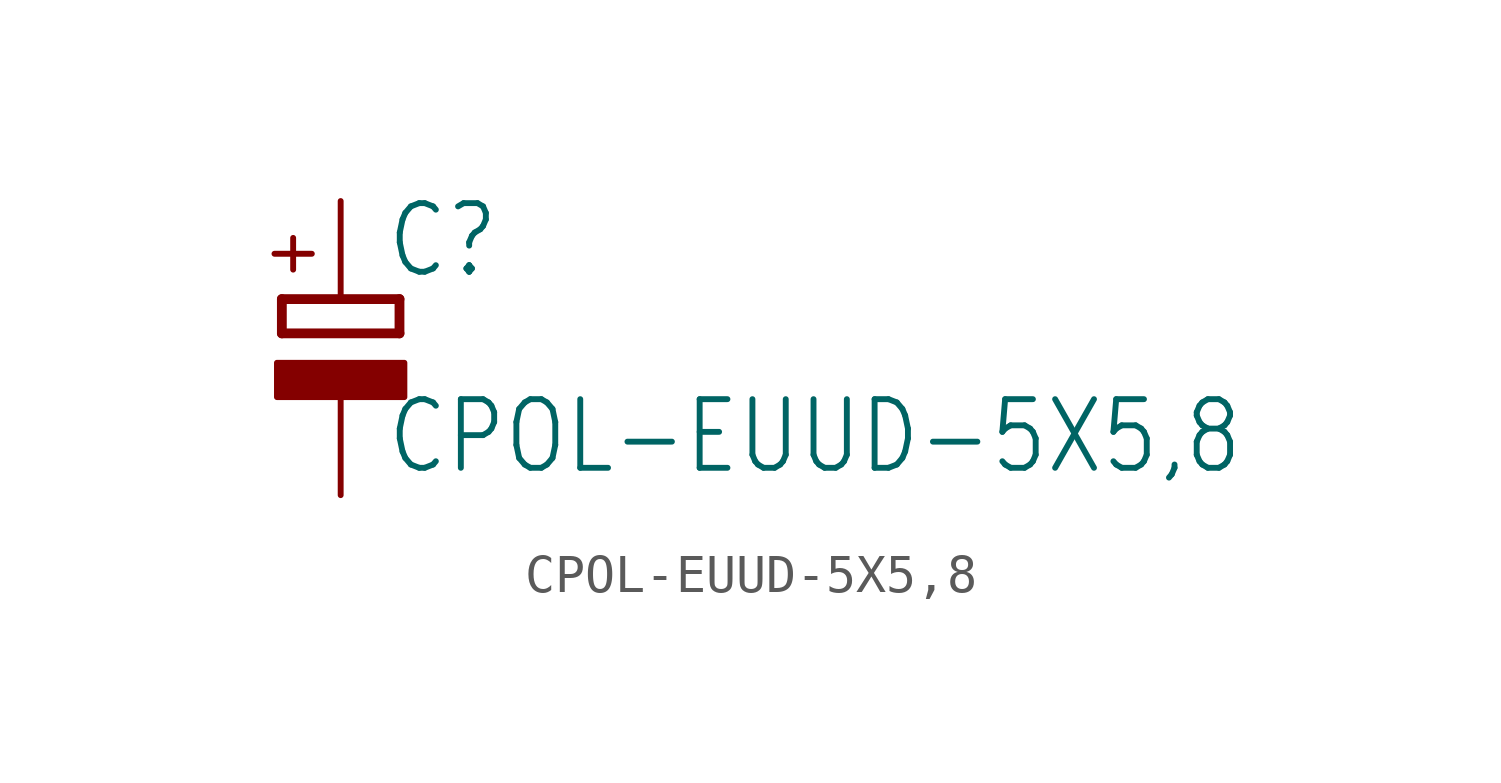
<source format=kicad_sym>
(kicad_symbol_lib
  (version 20220331)
  (generator kicad_symbol_editor)
  (symbol "CPOL-EUUD-5X5,8"
    (property "Reference" "C"
      (at 1.143 0.483 0)
      (effects (font (size 1.778 1.511)) (justify left bottom)))
    (property "Value" "CPOL-EUUD-5X5,8"
      (at 1.143 -4.597 0)
      (effects (font (size 1.778 1.511)) (justify left bottom)))
    (property "ki_locked" ""
      (at 0 0 0)
      (effects (font (size 1.27 1.27))))
    (symbol "CPOL-EUUD-5X5,8_1_0"
      (rectangle (start -1.651 -2.54) (end 1.651 -1.651) (stroke (width 0) (type default)) (fill (type outline)))
      (polyline (pts (xy -1.524 -0.889) (xy 1.524 -0.889)) (stroke (width 0.254) (type solid)) (fill (type none)))
      (polyline (pts (xy -1.524 0) (xy -1.524 -0.889)) (stroke (width 0.254) (type solid)) (fill (type none)))
      (polyline (pts (xy -1.524 0) (xy 1.524 0)) (stroke (width 0.254) (type solid)) (fill (type none)))
      (polyline (pts (xy 1.524 -0.889) (xy 1.524 0)) (stroke (width 0.254) (type solid)) (fill (type none)))
      (text "+" (at -0.584 0.406 900) (effects (font (size 1.27 1.079)) (justify left bottom)))
      (pin passive line (at 0 2.54 270) (length 2.54) (name "+" (effects (font (size 0 0)))) (number "+" (effects (font (size 0 0)))))
      (pin passive line (at 0 -5.08 90) (length 2.54) (name "-" (effects (font (size 0 0)))) (number "-" (effects (font (size 0 0))))))))
</source>
